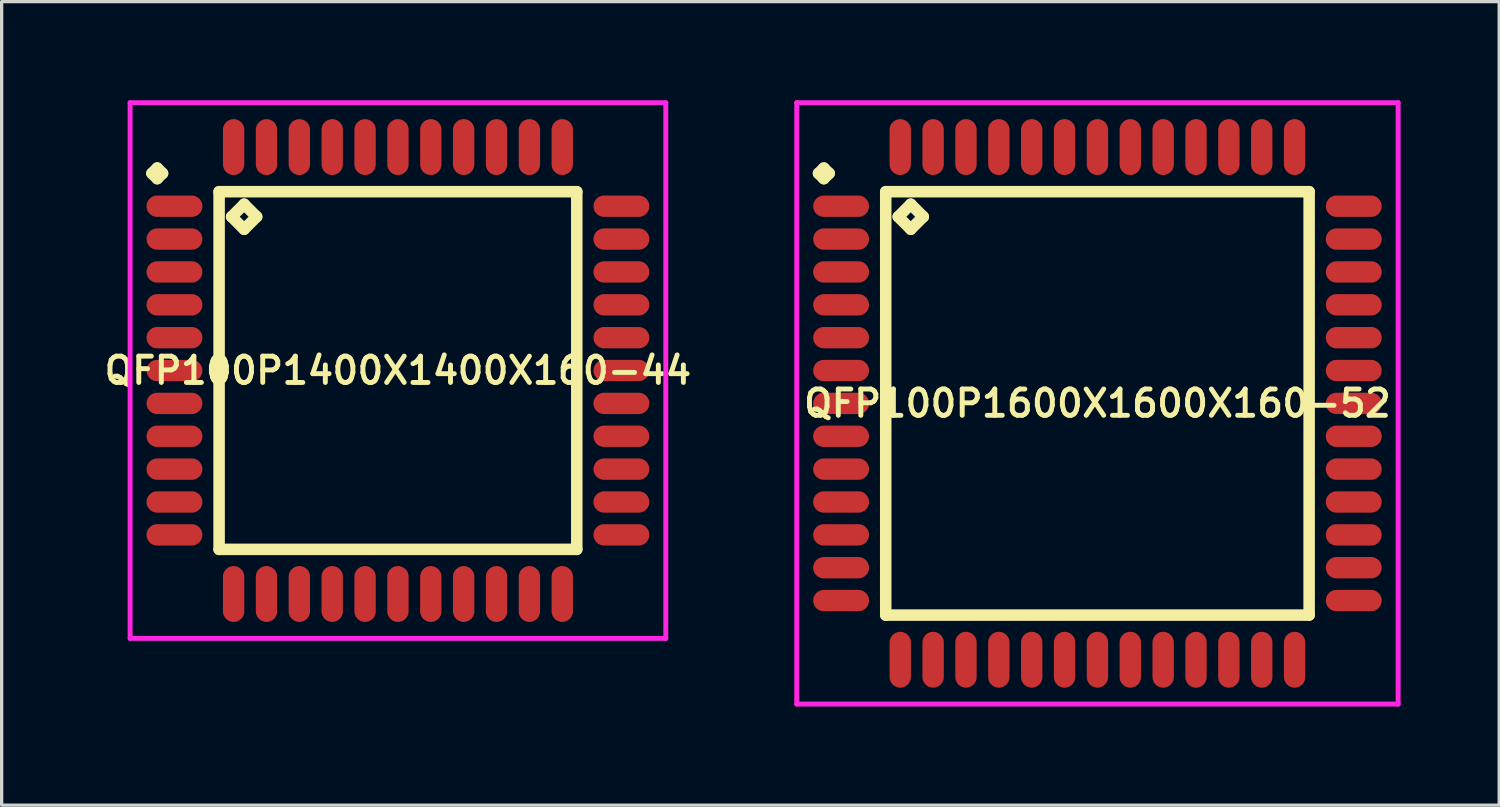
<source format=kicad_pcb>
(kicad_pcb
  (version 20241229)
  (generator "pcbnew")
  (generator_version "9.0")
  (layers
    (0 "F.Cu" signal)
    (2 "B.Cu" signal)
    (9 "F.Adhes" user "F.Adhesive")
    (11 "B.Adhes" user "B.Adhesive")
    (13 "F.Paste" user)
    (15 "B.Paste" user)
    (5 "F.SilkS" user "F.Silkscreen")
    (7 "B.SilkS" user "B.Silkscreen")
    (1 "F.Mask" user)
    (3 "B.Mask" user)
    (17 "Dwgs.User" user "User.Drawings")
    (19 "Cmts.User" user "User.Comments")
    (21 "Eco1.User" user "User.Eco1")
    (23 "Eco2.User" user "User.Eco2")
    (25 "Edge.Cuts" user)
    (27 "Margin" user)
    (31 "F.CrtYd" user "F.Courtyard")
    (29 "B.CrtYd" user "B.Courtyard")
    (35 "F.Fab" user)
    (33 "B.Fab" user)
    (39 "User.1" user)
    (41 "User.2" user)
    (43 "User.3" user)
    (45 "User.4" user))
  (footprint "QFP100P1600X1600X160-52"
    (layer "F.Cu")
    (at 30.344 9.225)
    (property "Reference" "QFP100P1600X1600X160-52" (at 0 0 0) (layer "F.SilkS") (effects (font (size 0.8 0.8) (thickness 0.15))))
    (attr smd)
    (fp_line (start -8.488 -7) (end -8.325 -7.162) (stroke (width 0.35) (type solid)) (layer "F.SilkS"))
    (fp_line (start -8.325 -7.162) (end -8.162 -7) (stroke (width 0.35) (type solid)) (layer "F.SilkS"))
    (fp_line (start -8.325 -6.838) (end -8.488 -7) (stroke (width 0.35) (type solid)) (layer "F.SilkS"))
    (fp_line (start -8.162 -7) (end -8.325 -6.838) (stroke (width 0.35) (type solid)) (layer "F.SilkS"))
    (fp_line (start -6.442 -6.442) (end -6.442 6.442) (stroke (width 0.35) (type solid)) (layer "F.SilkS"))
    (fp_line (start -6.442 6.442) (end 6.442 6.442) (stroke (width 0.35) (type solid)) (layer "F.SilkS"))
    (fp_line (start -6.061 -5.68) (end -5.68 -6.061) (stroke (width 0.35) (type solid)) (layer "F.SilkS"))
    (fp_line (start -5.68 -6.061) (end -5.299 -5.68) (stroke (width 0.35) (type solid)) (layer "F.SilkS"))
    (fp_line (start -5.68 -5.299) (end -6.061 -5.68) (stroke (width 0.35) (type solid)) (layer "F.SilkS"))
    (fp_line (start -5.299 -5.68) (end -5.68 -5.299) (stroke (width 0.35) (type solid)) (layer "F.SilkS"))
    (fp_line (start 6.442 -6.442) (end -6.442 -6.442) (stroke (width 0.35) (type solid)) (layer "F.SilkS"))
    (fp_line (start 6.442 6.442) (end 6.442 -6.442) (stroke (width 0.35) (type solid)) (layer "F.SilkS"))
    (fp_line (start -9.15 -9.15) (end 9.15 -9.15) (stroke (width 0.15) (type solid)) (layer "F.CrtYd"))
    (fp_line (start -9.15 9.15) (end -9.15 -9.15) (stroke (width 0.15) (type solid)) (layer "F.CrtYd"))
    (fp_line (start 9.15 -9.15) (end 9.15 9.15) (stroke (width 0.15) (type solid)) (layer "F.CrtYd"))
    (fp_line (start 9.15 9.15) (end -9.15 9.15) (stroke (width 0.15) (type solid)) (layer "F.CrtYd"))
    (pad "1" smd oval (at -7.8 -6) (size 1.7 0.65) (layers "F.Cu" "F.Mask" "F.Paste"))
    (pad "2" smd oval (at -7.8 -5) (size 1.7 0.65) (layers "F.Cu" "F.Mask" "F.Paste"))
    (pad "3" smd oval (at -7.8 -4) (size 1.7 0.65) (layers "F.Cu" "F.Mask" "F.Paste"))
    (pad "4" smd oval (at -7.8 -3) (size 1.7 0.65) (layers "F.Cu" "F.Mask" "F.Paste"))
    (pad "5" smd oval (at -7.8 -2) (size 1.7 0.65) (layers "F.Cu" "F.Mask" "F.Paste"))
    (pad "6" smd oval (at -7.8 -1) (size 1.7 0.65) (layers "F.Cu" "F.Mask" "F.Paste"))
    (pad "7" smd oval (at -7.8 0) (size 1.7 0.65) (layers "F.Cu" "F.Mask" "F.Paste"))
    (pad "8" smd oval (at -7.8 1) (size 1.7 0.65) (layers "F.Cu" "F.Mask" "F.Paste"))
    (pad "9" smd oval (at -7.8 2) (size 1.7 0.65) (layers "F.Cu" "F.Mask" "F.Paste"))
    (pad "10" smd oval (at -7.8 3) (size 1.7 0.65) (layers "F.Cu" "F.Mask" "F.Paste"))
    (pad "11" smd oval (at -7.8 4) (size 1.7 0.65) (layers "F.Cu" "F.Mask" "F.Paste"))
    (pad "12" smd oval (at -7.8 5) (size 1.7 0.65) (layers "F.Cu" "F.Mask" "F.Paste"))
    (pad "13" smd oval (at -7.8 6) (size 1.7 0.65) (layers "F.Cu" "F.Mask" "F.Paste"))
    (pad "14" smd oval (at -6 7.8) (size 0.65 1.7) (layers "F.Cu" "F.Mask" "F.Paste"))
    (pad "15" smd oval (at -5 7.8) (size 0.65 1.7) (layers "F.Cu" "F.Mask" "F.Paste"))
    (pad "16" smd oval (at -4 7.8) (size 0.65 1.7) (layers "F.Cu" "F.Mask" "F.Paste"))
    (pad "17" smd oval (at -3 7.8) (size 0.65 1.7) (layers "F.Cu" "F.Mask" "F.Paste"))
    (pad "18" smd oval (at -2 7.8) (size 0.65 1.7) (layers "F.Cu" "F.Mask" "F.Paste"))
    (pad "19" smd oval (at -1 7.8) (size 0.65 1.7) (layers "F.Cu" "F.Mask" "F.Paste"))
    (pad "20" smd oval (at 0 7.8) (size 0.65 1.7) (layers "F.Cu" "F.Mask" "F.Paste"))
    (pad "21" smd oval (at 1 7.8) (size 0.65 1.7) (layers "F.Cu" "F.Mask" "F.Paste"))
    (pad "22" smd oval (at 2 7.8) (size 0.65 1.7) (layers "F.Cu" "F.Mask" "F.Paste"))
    (pad "23" smd oval (at 3 7.8) (size 0.65 1.7) (layers "F.Cu" "F.Mask" "F.Paste"))
    (pad "24" smd oval (at 4 7.8) (size 0.65 1.7) (layers "F.Cu" "F.Mask" "F.Paste"))
    (pad "25" smd oval (at 5 7.8) (size 0.65 1.7) (layers "F.Cu" "F.Mask" "F.Paste"))
    (pad "26" smd oval (at 6 7.8) (size 0.65 1.7) (layers "F.Cu" "F.Mask" "F.Paste"))
    (pad "27" smd oval (at 7.8 6) (size 1.7 0.65) (layers "F.Cu" "F.Mask" "F.Paste"))
    (pad "28" smd oval (at 7.8 5) (size 1.7 0.65) (layers "F.Cu" "F.Mask" "F.Paste"))
    (pad "29" smd oval (at 7.8 4) (size 1.7 0.65) (layers "F.Cu" "F.Mask" "F.Paste"))
    (pad "30" smd oval (at 7.8 3) (size 1.7 0.65) (layers "F.Cu" "F.Mask" "F.Paste"))
    (pad "31" smd oval (at 7.8 2) (size 1.7 0.65) (layers "F.Cu" "F.Mask" "F.Paste"))
    (pad "32" smd oval (at 7.8 1) (size 1.7 0.65) (layers "F.Cu" "F.Mask" "F.Paste"))
    (pad "33" smd oval (at 7.8 0) (size 1.7 0.65) (layers "F.Cu" "F.Mask" "F.Paste"))
    (pad "34" smd oval (at 7.8 -1) (size 1.7 0.65) (layers "F.Cu" "F.Mask" "F.Paste"))
    (pad "35" smd oval (at 7.8 -2) (size 1.7 0.65) (layers "F.Cu" "F.Mask" "F.Paste"))
    (pad "36" smd oval (at 7.8 -3) (size 1.7 0.65) (layers "F.Cu" "F.Mask" "F.Paste"))
    (pad "37" smd oval (at 7.8 -4) (size 1.7 0.65) (layers "F.Cu" "F.Mask" "F.Paste"))
    (pad "38" smd oval (at 7.8 -5) (size 1.7 0.65) (layers "F.Cu" "F.Mask" "F.Paste"))
    (pad "39" smd oval (at 7.8 -6) (size 1.7 0.65) (layers "F.Cu" "F.Mask" "F.Paste"))
    (pad "40" smd oval (at 6 -7.8) (size 0.65 1.7) (layers "F.Cu" "F.Mask" "F.Paste"))
    (pad "41" smd oval (at 5 -7.8) (size 0.65 1.7) (layers "F.Cu" "F.Mask" "F.Paste"))
    (pad "42" smd oval (at 4 -7.8) (size 0.65 1.7) (layers "F.Cu" "F.Mask" "F.Paste"))
    (pad "43" smd oval (at 3 -7.8) (size 0.65 1.7) (layers "F.Cu" "F.Mask" "F.Paste"))
    (pad "44" smd oval (at 2 -7.8) (size 0.65 1.7) (layers "F.Cu" "F.Mask" "F.Paste"))
    (pad "45" smd oval (at 1 -7.8) (size 0.65 1.7) (layers "F.Cu" "F.Mask" "F.Paste"))
    (pad "46" smd oval (at 0 -7.8) (size 0.65 1.7) (layers "F.Cu" "F.Mask" "F.Paste"))
    (pad "47" smd oval (at -1 -7.8) (size 0.65 1.7) (layers "F.Cu" "F.Mask" "F.Paste"))
    (pad "48" smd oval (at -2 -7.8) (size 0.65 1.7) (layers "F.Cu" "F.Mask" "F.Paste"))
    (pad "49" smd oval (at -3 -7.8) (size 0.65 1.7) (layers "F.Cu" "F.Mask" "F.Paste"))
    (pad "50" smd oval (at -4 -7.8) (size 0.65 1.7) (layers "F.Cu" "F.Mask" "F.Paste"))
    (pad "51" smd oval (at -5 -7.8) (size 0.65 1.7) (layers "F.Cu" "F.Mask" "F.Paste"))
    (pad "52" smd oval (at -6 -7.8) (size 0.65 1.7) (layers "F.Cu" "F.Mask" "F.Paste")))
  (footprint "QFP100P1400X1400X160-44"
    (layer "F.Cu")
    (at 9.059 8.225)
    (property "Reference" "QFP100P1400X1400X160-44" (at 0 0 0) (layer "F.SilkS") (effects (font (size 0.8 0.8) (thickness 0.15))))
    (attr smd)
    (fp_line (start -7.487 -6) (end -7.325 -6.162) (stroke (width 0.35) (type solid)) (layer "F.SilkS"))
    (fp_line (start -7.325 -6.162) (end -7.162 -6) (stroke (width 0.35) (type solid)) (layer "F.SilkS"))
    (fp_line (start -7.325 -5.838) (end -7.487 -6) (stroke (width 0.35) (type solid)) (layer "F.SilkS"))
    (fp_line (start -7.162 -6) (end -7.325 -5.838) (stroke (width 0.35) (type solid)) (layer "F.SilkS"))
    (fp_line (start -5.442 -5.442) (end -5.442 5.442) (stroke (width 0.35) (type solid)) (layer "F.SilkS"))
    (fp_line (start -5.442 5.442) (end 5.442 5.442) (stroke (width 0.35) (type solid)) (layer "F.SilkS"))
    (fp_line (start -5.061 -4.68) (end -4.68 -5.061) (stroke (width 0.35) (type solid)) (layer "F.SilkS"))
    (fp_line (start -4.68 -5.061) (end -4.299 -4.68) (stroke (width 0.35) (type solid)) (layer "F.SilkS"))
    (fp_line (start -4.68 -4.299) (end -5.061 -4.68) (stroke (width 0.35) (type solid)) (layer "F.SilkS"))
    (fp_line (start -4.299 -4.68) (end -4.68 -4.299) (stroke (width 0.35) (type solid)) (layer "F.SilkS"))
    (fp_line (start 5.442 -5.442) (end -5.442 -5.442) (stroke (width 0.35) (type solid)) (layer "F.SilkS"))
    (fp_line (start 5.442 5.442) (end 5.442 -5.442) (stroke (width 0.35) (type solid)) (layer "F.SilkS"))
    (fp_line (start -8.15 -8.15) (end 8.15 -8.15) (stroke (width 0.15) (type solid)) (layer "F.CrtYd"))
    (fp_line (start -8.15 8.15) (end -8.15 -8.15) (stroke (width 0.15) (type solid)) (layer "F.CrtYd"))
    (fp_line (start 8.15 -8.15) (end 8.15 8.15) (stroke (width 0.15) (type solid)) (layer "F.CrtYd"))
    (fp_line (start 8.15 8.15) (end -8.15 8.15) (stroke (width 0.15) (type solid)) (layer "F.CrtYd"))
    (pad "1" smd oval (at -6.8 -5) (size 1.7 0.65) (layers "F.Cu" "F.Mask" "F.Paste"))
    (pad "2" smd oval (at -6.8 -4) (size 1.7 0.65) (layers "F.Cu" "F.Mask" "F.Paste"))
    (pad "3" smd oval (at -6.8 -3) (size 1.7 0.65) (layers "F.Cu" "F.Mask" "F.Paste"))
    (pad "4" smd oval (at -6.8 -2) (size 1.7 0.65) (layers "F.Cu" "F.Mask" "F.Paste"))
    (pad "5" smd oval (at -6.8 -1) (size 1.7 0.65) (layers "F.Cu" "F.Mask" "F.Paste"))
    (pad "6" smd oval (at -6.8 0) (size 1.7 0.65) (layers "F.Cu" "F.Mask" "F.Paste"))
    (pad "7" smd oval (at -6.8 1) (size 1.7 0.65) (layers "F.Cu" "F.Mask" "F.Paste"))
    (pad "8" smd oval (at -6.8 2) (size 1.7 0.65) (layers "F.Cu" "F.Mask" "F.Paste"))
    (pad "9" smd oval (at -6.8 3) (size 1.7 0.65) (layers "F.Cu" "F.Mask" "F.Paste"))
    (pad "10" smd oval (at -6.8 4) (size 1.7 0.65) (layers "F.Cu" "F.Mask" "F.Paste"))
    (pad "11" smd oval (at -6.8 5) (size 1.7 0.65) (layers "F.Cu" "F.Mask" "F.Paste"))
    (pad "12" smd oval (at -5 6.8) (size 0.65 1.7) (layers "F.Cu" "F.Mask" "F.Paste"))
    (pad "13" smd oval (at -4 6.8) (size 0.65 1.7) (layers "F.Cu" "F.Mask" "F.Paste"))
    (pad "14" smd oval (at -3 6.8) (size 0.65 1.7) (layers "F.Cu" "F.Mask" "F.Paste"))
    (pad "15" smd oval (at -2 6.8) (size 0.65 1.7) (layers "F.Cu" "F.Mask" "F.Paste"))
    (pad "16" smd oval (at -1 6.8) (size 0.65 1.7) (layers "F.Cu" "F.Mask" "F.Paste"))
    (pad "17" smd oval (at 0 6.8) (size 0.65 1.7) (layers "F.Cu" "F.Mask" "F.Paste"))
    (pad "18" smd oval (at 1 6.8) (size 0.65 1.7) (layers "F.Cu" "F.Mask" "F.Paste"))
    (pad "19" smd oval (at 2 6.8) (size 0.65 1.7) (layers "F.Cu" "F.Mask" "F.Paste"))
    (pad "20" smd oval (at 3 6.8) (size 0.65 1.7) (layers "F.Cu" "F.Mask" "F.Paste"))
    (pad "21" smd oval (at 4 6.8) (size 0.65 1.7) (layers "F.Cu" "F.Mask" "F.Paste"))
    (pad "22" smd oval (at 5 6.8) (size 0.65 1.7) (layers "F.Cu" "F.Mask" "F.Paste"))
    (pad "23" smd oval (at 6.8 5) (size 1.7 0.65) (layers "F.Cu" "F.Mask" "F.Paste"))
    (pad "24" smd oval (at 6.8 4) (size 1.7 0.65) (layers "F.Cu" "F.Mask" "F.Paste"))
    (pad "25" smd oval (at 6.8 3) (size 1.7 0.65) (layers "F.Cu" "F.Mask" "F.Paste"))
    (pad "26" smd oval (at 6.8 2) (size 1.7 0.65) (layers "F.Cu" "F.Mask" "F.Paste"))
    (pad "27" smd oval (at 6.8 1) (size 1.7 0.65) (layers "F.Cu" "F.Mask" "F.Paste"))
    (pad "28" smd oval (at 6.8 0) (size 1.7 0.65) (layers "F.Cu" "F.Mask" "F.Paste"))
    (pad "29" smd oval (at 6.8 -1) (size 1.7 0.65) (layers "F.Cu" "F.Mask" "F.Paste"))
    (pad "30" smd oval (at 6.8 -2) (size 1.7 0.65) (layers "F.Cu" "F.Mask" "F.Paste"))
    (pad "31" smd oval (at 6.8 -3) (size 1.7 0.65) (layers "F.Cu" "F.Mask" "F.Paste"))
    (pad "32" smd oval (at 6.8 -4) (size 1.7 0.65) (layers "F.Cu" "F.Mask" "F.Paste"))
    (pad "33" smd oval (at 6.8 -5) (size 1.7 0.65) (layers "F.Cu" "F.Mask" "F.Paste"))
    (pad "34" smd oval (at 5 -6.8) (size 0.65 1.7) (layers "F.Cu" "F.Mask" "F.Paste"))
    (pad "35" smd oval (at 4 -6.8) (size 0.65 1.7) (layers "F.Cu" "F.Mask" "F.Paste"))
    (pad "36" smd oval (at 3 -6.8) (size 0.65 1.7) (layers "F.Cu" "F.Mask" "F.Paste"))
    (pad "37" smd oval (at 2 -6.8) (size 0.65 1.7) (layers "F.Cu" "F.Mask" "F.Paste"))
    (pad "38" smd oval (at 1 -6.8) (size 0.65 1.7) (layers "F.Cu" "F.Mask" "F.Paste"))
    (pad "39" smd oval (at 0 -6.8) (size 0.65 1.7) (layers "F.Cu" "F.Mask" "F.Paste"))
    (pad "40" smd oval (at -1 -6.8) (size 0.65 1.7) (layers "F.Cu" "F.Mask" "F.Paste"))
    (pad "41" smd oval (at -2 -6.8) (size 0.65 1.7) (layers "F.Cu" "F.Mask" "F.Paste"))
    (pad "42" smd oval (at -3 -6.8) (size 0.65 1.7) (layers "F.Cu" "F.Mask" "F.Paste"))
    (pad "43" smd oval (at -4 -6.8) (size 0.65 1.7) (layers "F.Cu" "F.Mask" "F.Paste"))
    (pad "44" smd oval (at -5 -6.8) (size 0.65 1.7) (layers "F.Cu" "F.Mask" "F.Paste")))
  (gr_rect
    (start -3 -3)
    (end 42.569 21.45)
    (stroke (width 0.1) (type default))
    (fill no)
    (layer "Edge.Cuts")))
</source>
